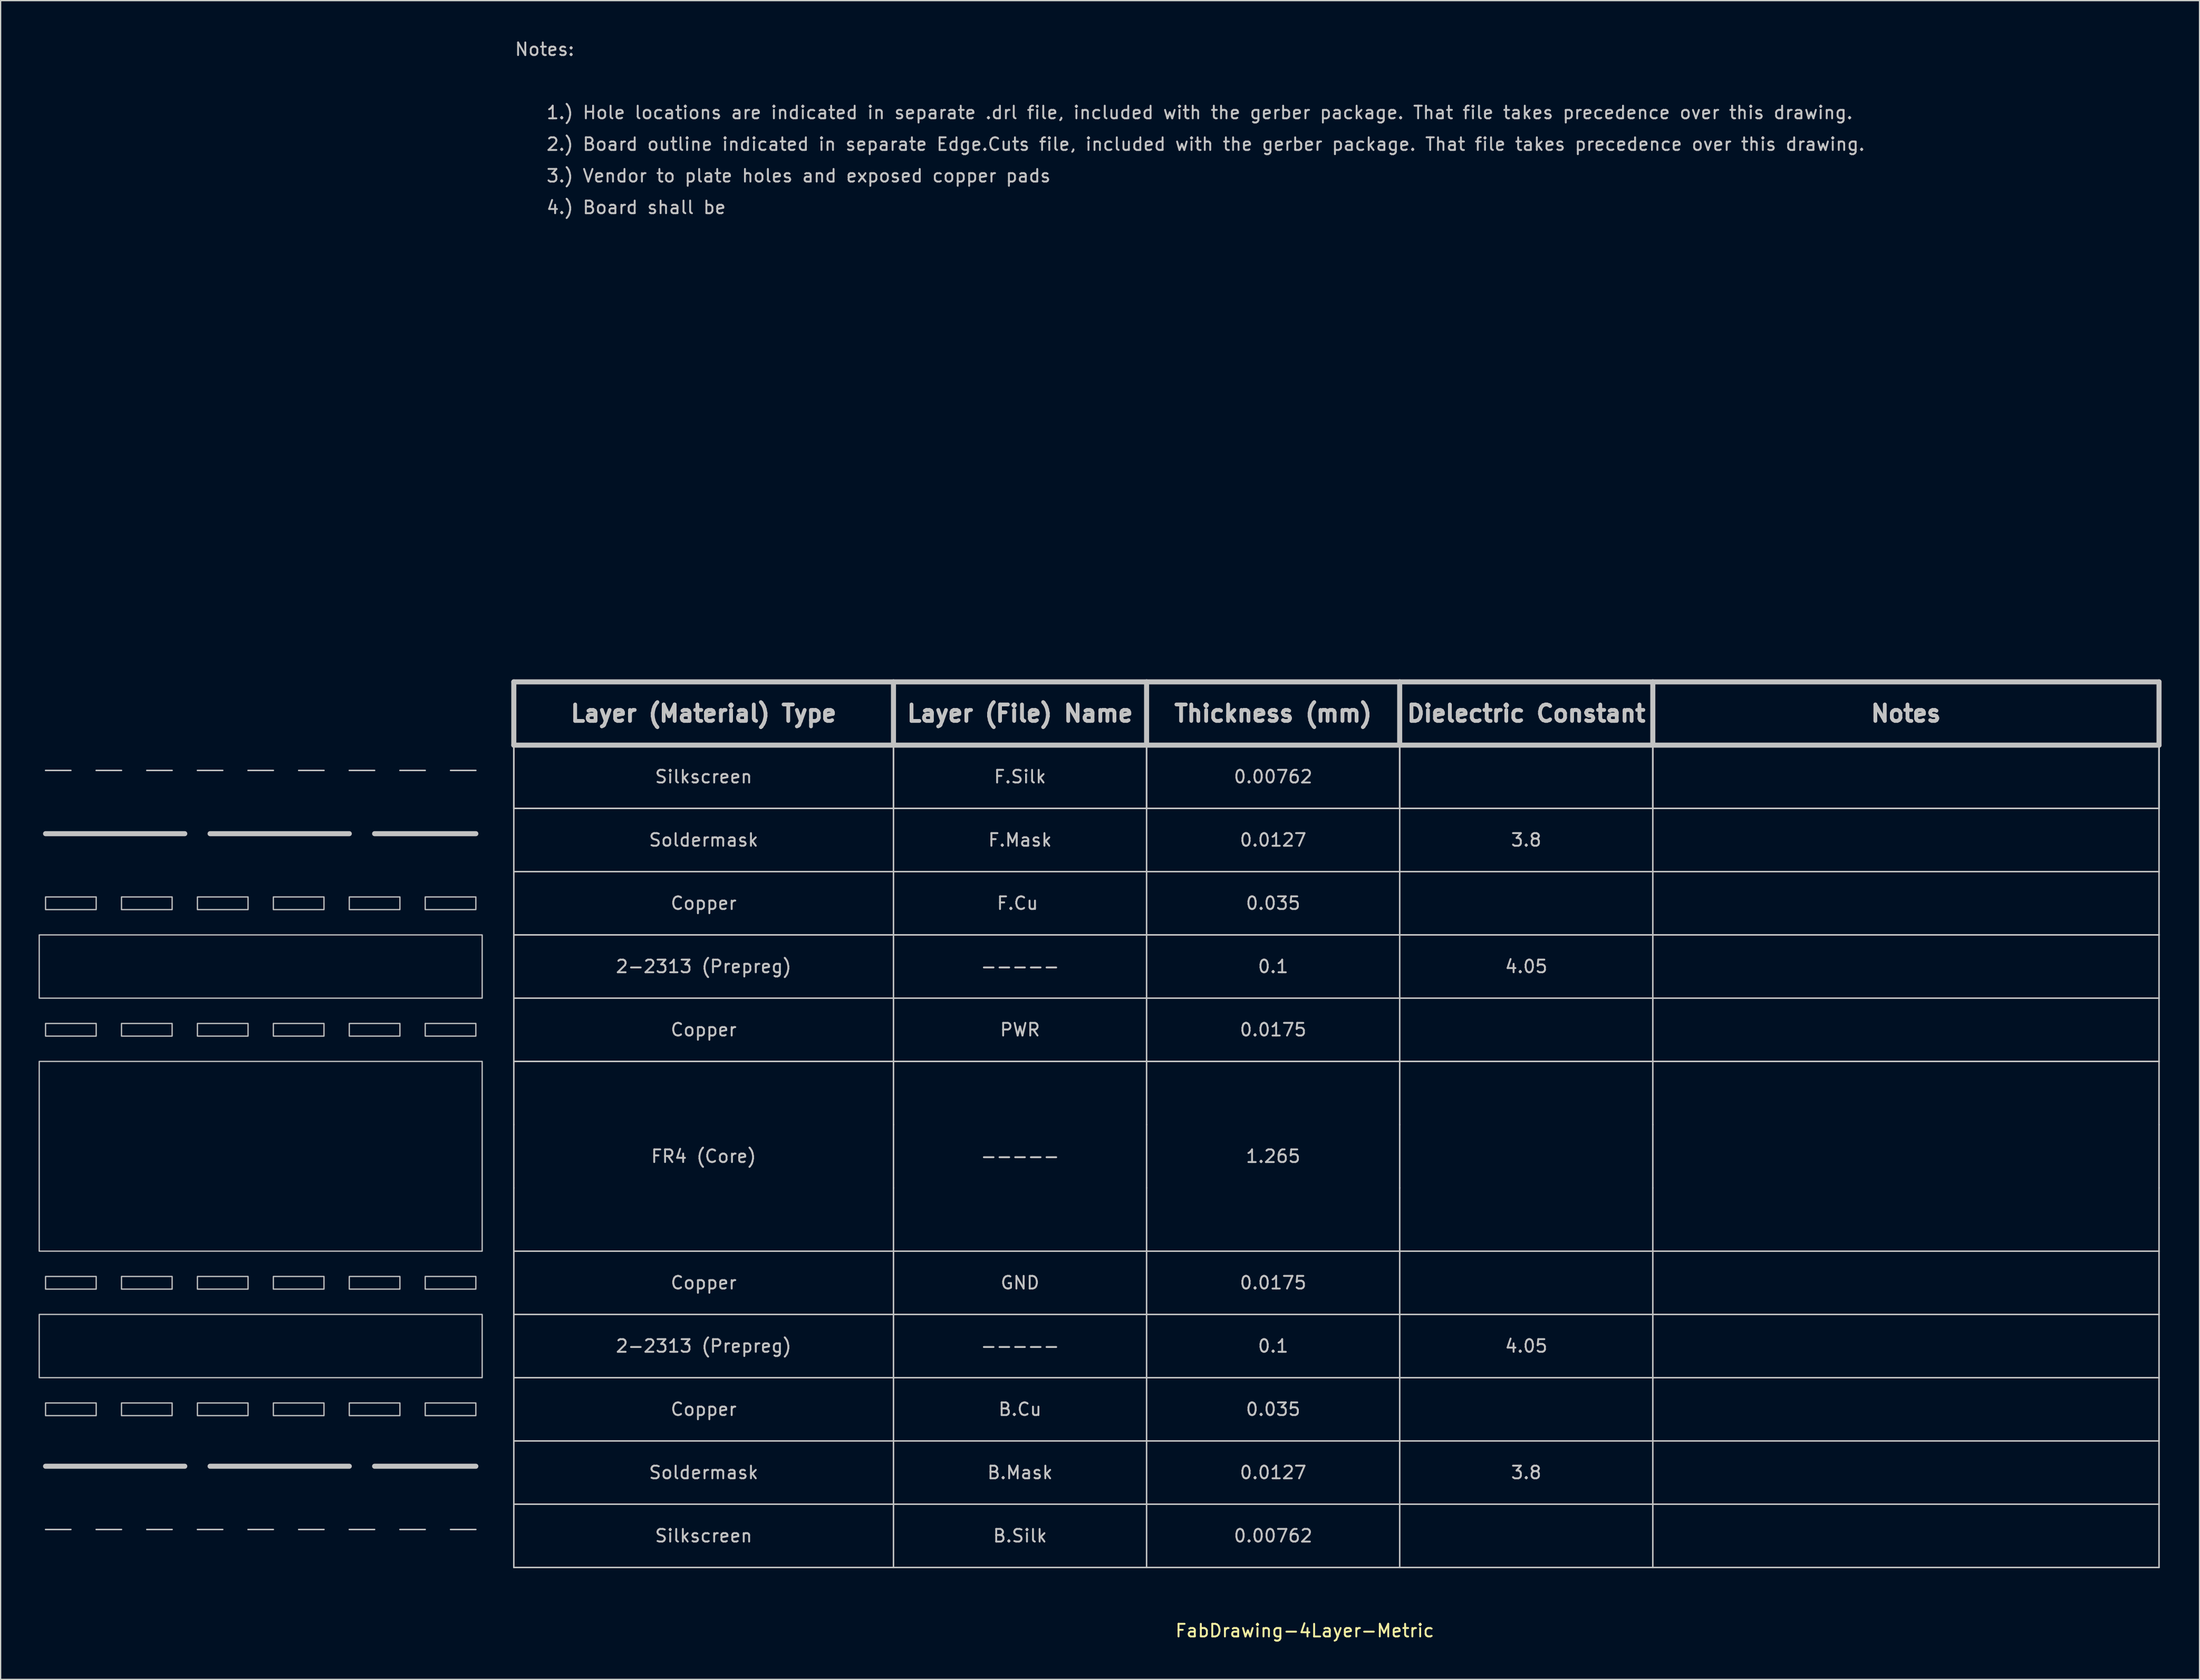
<source format=kicad_pcb>
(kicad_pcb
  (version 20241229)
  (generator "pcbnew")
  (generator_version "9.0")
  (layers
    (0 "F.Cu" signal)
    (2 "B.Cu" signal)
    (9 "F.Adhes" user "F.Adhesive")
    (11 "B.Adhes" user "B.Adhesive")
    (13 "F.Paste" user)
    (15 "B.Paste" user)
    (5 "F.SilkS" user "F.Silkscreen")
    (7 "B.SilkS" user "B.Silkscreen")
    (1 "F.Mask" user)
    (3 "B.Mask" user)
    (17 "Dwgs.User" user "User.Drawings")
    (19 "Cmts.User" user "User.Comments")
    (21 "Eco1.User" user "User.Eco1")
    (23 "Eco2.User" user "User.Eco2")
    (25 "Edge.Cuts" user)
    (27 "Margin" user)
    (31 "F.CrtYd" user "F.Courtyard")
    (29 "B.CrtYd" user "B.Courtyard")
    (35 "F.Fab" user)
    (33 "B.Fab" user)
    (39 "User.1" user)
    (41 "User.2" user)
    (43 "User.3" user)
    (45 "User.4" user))
  (footprint "FabDrawing-4Layer-Metric"
    (layer "F.Cu")
    (at 37.55 55.848)
    (property "Reference" "FabDrawing-4Layer-Metric" (at 62.5 70 0) (layer "F.SilkS") (effects (font (size 1 1) (thickness 0.15))))
    (attr through_hole)
    (fp_line (start -37 7) (end -26 7) (stroke (width 0.4) (type solid)) (layer "Dwgs.User"))
    (fp_line (start -37 57) (end -26 57) (stroke (width 0.4) (type solid)) (layer "Dwgs.User"))
    (fp_line (start -35 2) (end -37 2) (stroke (width 0.12) (type solid)) (layer "Dwgs.User"))
    (fp_line (start -35 62) (end -37 62) (stroke (width 0.12) (type solid)) (layer "Dwgs.User"))
    (fp_line (start -31 2) (end -33 2) (stroke (width 0.12) (type solid)) (layer "Dwgs.User"))
    (fp_line (start -31 62) (end -33 62) (stroke (width 0.12) (type solid)) (layer "Dwgs.User"))
    (fp_line (start -27 2) (end -29 2) (stroke (width 0.12) (type solid)) (layer "Dwgs.User"))
    (fp_line (start -27 62) (end -29 62) (stroke (width 0.12) (type solid)) (layer "Dwgs.User"))
    (fp_line (start -24 7) (end -13 7) (stroke (width 0.4) (type solid)) (layer "Dwgs.User"))
    (fp_line (start -24 57) (end -13 57) (stroke (width 0.4) (type solid)) (layer "Dwgs.User"))
    (fp_line (start -23 2) (end -25 2) (stroke (width 0.12) (type solid)) (layer "Dwgs.User"))
    (fp_line (start -23 62) (end -25 62) (stroke (width 0.12) (type solid)) (layer "Dwgs.User"))
    (fp_line (start -19 2) (end -21 2) (stroke (width 0.12) (type solid)) (layer "Dwgs.User"))
    (fp_line (start -19 62) (end -21 62) (stroke (width 0.12) (type solid)) (layer "Dwgs.User"))
    (fp_line (start -15 2) (end -17 2) (stroke (width 0.12) (type solid)) (layer "Dwgs.User"))
    (fp_line (start -15 62) (end -17 62) (stroke (width 0.12) (type solid)) (layer "Dwgs.User"))
    (fp_line (start -11 2) (end -13 2) (stroke (width 0.12) (type solid)) (layer "Dwgs.User"))
    (fp_line (start -11 7) (end -3 7) (stroke (width 0.4) (type solid)) (layer "Dwgs.User"))
    (fp_line (start -11 57) (end -3 57) (stroke (width 0.4) (type solid)) (layer "Dwgs.User"))
    (fp_line (start -11 62) (end -13 62) (stroke (width 0.12) (type solid)) (layer "Dwgs.User"))
    (fp_line (start -7 2) (end -9 2) (stroke (width 0.12) (type solid)) (layer "Dwgs.User"))
    (fp_line (start -7 62) (end -9 62) (stroke (width 0.12) (type solid)) (layer "Dwgs.User"))
    (fp_line (start -3 2) (end -5 2) (stroke (width 0.12) (type solid)) (layer "Dwgs.User"))
    (fp_line (start -3 62) (end -5 62) (stroke (width 0.12) (type solid)) (layer "Dwgs.User"))
    (fp_line (start 0 -5) (end 30 -5) (stroke (width 0.4) (type solid)) (layer "Dwgs.User"))
    (fp_line (start 0 0) (end 0 -5) (stroke (width 0.4) (type solid)) (layer "Dwgs.User"))
    (fp_line (start 0 0) (end 0 5) (stroke (width 0.12) (type solid)) (layer "Dwgs.User"))
    (fp_line (start 0 0) (end 0 5) (stroke (width 0.12) (type solid)) (layer "Dwgs.User"))
    (fp_line (start 0 0) (end 0 5) (stroke (width 0.12) (type solid)) (layer "Dwgs.User"))
    (fp_line (start 0 0) (end 30 0) (stroke (width 0.12) (type solid)) (layer "Dwgs.User"))
    (fp_line (start 0 0) (end 30 0) (stroke (width 0.12) (type solid)) (layer "Dwgs.User"))
    (fp_line (start 0 0) (end 30 0) (stroke (width 0.12) (type solid)) (layer "Dwgs.User"))
    (fp_line (start 0 5) (end 0 10) (stroke (width 0.12) (type solid)) (layer "Dwgs.User"))
    (fp_line (start 0 5) (end 30 5) (stroke (width 0.12) (type solid)) (layer "Dwgs.User"))
    (fp_line (start 0 5) (end 30 5) (stroke (width 0.12) (type solid)) (layer "Dwgs.User"))
    (fp_line (start 0 5) (end 30 5) (stroke (width 0.12) (type solid)) (layer "Dwgs.User"))
    (fp_line (start 0 10) (end 0 15) (stroke (width 0.12) (type solid)) (layer "Dwgs.User"))
    (fp_line (start 0 10) (end 30 10) (stroke (width 0.12) (type solid)) (layer "Dwgs.User"))
    (fp_line (start 0 15) (end 0 20) (stroke (width 0.12) (type solid)) (layer "Dwgs.User"))
    (fp_line (start 0 15) (end 30 15) (stroke (width 0.12) (type solid)) (layer "Dwgs.User"))
    (fp_line (start 0 15) (end 30 15) (stroke (width 0.12) (type solid)) (layer "Dwgs.User"))
    (fp_line (start 0 15) (end 30 15) (stroke (width 0.12) (type solid)) (layer "Dwgs.User"))
    (fp_line (start 0 20) (end 0 25) (stroke (width 0.12) (type solid)) (layer "Dwgs.User"))
    (fp_line (start 0 20) (end 30 20) (stroke (width 0.12) (type solid)) (layer "Dwgs.User"))
    (fp_line (start 0 25) (end 0 30) (stroke (width 0.12) (type solid)) (layer "Dwgs.User"))
    (fp_line (start 0 25) (end 30 25) (stroke (width 0.12) (type solid)) (layer "Dwgs.User"))
    (fp_line (start 0 25) (end 30 25) (stroke (width 0.12) (type solid)) (layer "Dwgs.User"))
    (fp_line (start 0 30) (end 0 35) (stroke (width 0.12) (type solid)) (layer "Dwgs.User"))
    (fp_line (start 0 35) (end 0 40) (stroke (width 0.12) (type solid)) (layer "Dwgs.User"))
    (fp_line (start 0 40) (end 0 45) (stroke (width 0.12) (type solid)) (layer "Dwgs.User"))
    (fp_line (start 0 40) (end 30 40) (stroke (width 0.12) (type solid)) (layer "Dwgs.User"))
    (fp_line (start 0 45) (end 0 50) (stroke (width 0.12) (type solid)) (layer "Dwgs.User"))
    (fp_line (start 0 45) (end 30 45) (stroke (width 0.12) (type solid)) (layer "Dwgs.User"))
    (fp_line (start 0 50) (end 0 55) (stroke (width 0.12) (type solid)) (layer "Dwgs.User"))
    (fp_line (start 0 50) (end 30 50) (stroke (width 0.12) (type solid)) (layer "Dwgs.User"))
    (fp_line (start 0 55) (end 0 60) (stroke (width 0.12) (type solid)) (layer "Dwgs.User"))
    (fp_line (start 0 55) (end 30 55) (stroke (width 0.12) (type solid)) (layer "Dwgs.User"))
    (fp_line (start 0 60) (end 0 65) (stroke (width 0.12) (type solid)) (layer "Dwgs.User"))
    (fp_line (start 0 60) (end 30 60) (stroke (width 0.12) (type solid)) (layer "Dwgs.User"))
    (fp_line (start 0 65) (end 30 65) (stroke (width 0.12) (type solid)) (layer "Dwgs.User"))
    (fp_line (start 30 -5) (end 30 0) (stroke (width 0.4) (type solid)) (layer "Dwgs.User"))
    (fp_line (start 30 0) (end 0 0) (stroke (width 0.4) (type solid)) (layer "Dwgs.User"))
    (fp_line (start 30 0) (end 30 5) (stroke (width 0.12) (type solid)) (layer "Dwgs.User"))
    (fp_line (start 30 0) (end 30 5) (stroke (width 0.12) (type solid)) (layer "Dwgs.User"))
    (fp_line (start 30 0) (end 30 5) (stroke (width 0.12) (type solid)) (layer "Dwgs.User"))
    (fp_line (start 30 0) (end 50 0) (stroke (width 0.12) (type solid)) (layer "Dwgs.User"))
    (fp_line (start 30 0) (end 50 0) (stroke (width 0.12) (type solid)) (layer "Dwgs.User"))
    (fp_line (start 30 0) (end 50 0) (stroke (width 0.12) (type solid)) (layer "Dwgs.User"))
    (fp_line (start 30 0) (end 50 0) (stroke (width 0.4) (type solid)) (layer "Dwgs.User"))
    (fp_line (start 30 5) (end 30 10) (stroke (width 0.12) (type solid)) (layer "Dwgs.User"))
    (fp_line (start 30 10) (end 30 15) (stroke (width 0.12) (type solid)) (layer "Dwgs.User"))
    (fp_line (start 30 10) (end 50 10) (stroke (width 0.12) (type solid)) (layer "Dwgs.User"))
    (fp_line (start 30 15) (end 30 20) (stroke (width 0.12) (type solid)) (layer "Dwgs.User"))
    (fp_line (start 30 20) (end 30 25) (stroke (width 0.12) (type solid)) (layer "Dwgs.User"))
    (fp_line (start 30 20) (end 50 20) (stroke (width 0.12) (type solid)) (layer "Dwgs.User"))
    (fp_line (start 30 25) (end 50 25) (stroke (width 0.12) (type solid)) (layer "Dwgs.User"))
    (fp_line (start 30 30) (end 30 25) (stroke (width 0.12) (type solid)) (layer "Dwgs.User"))
    (fp_line (start 30 35) (end 30 30) (stroke (width 0.12) (type solid)) (layer "Dwgs.User"))
    (fp_line (start 30 40) (end 30 35) (stroke (width 0.12) (type solid)) (layer "Dwgs.User"))
    (fp_line (start 30 40) (end 30 45) (stroke (width 0.12) (type solid)) (layer "Dwgs.User"))
    (fp_line (start 30 40) (end 50 40) (stroke (width 0.12) (type solid)) (layer "Dwgs.User"))
    (fp_line (start 30 45) (end 50 45) (stroke (width 0.12) (type solid)) (layer "Dwgs.User"))
    (fp_line (start 30 50) (end 30 45) (stroke (width 0.12) (type solid)) (layer "Dwgs.User"))
    (fp_line (start 30 50) (end 50 50) (stroke (width 0.12) (type solid)) (layer "Dwgs.User"))
    (fp_line (start 30 55) (end 30 50) (stroke (width 0.12) (type solid)) (layer "Dwgs.User"))
    (fp_line (start 30 60) (end 30 55) (stroke (width 0.12) (type solid)) (layer "Dwgs.User"))
    (fp_line (start 30 60) (end 50 60) (stroke (width 0.12) (type solid)) (layer "Dwgs.User"))
    (fp_line (start 30 65) (end 30 60) (stroke (width 0.12) (type solid)) (layer "Dwgs.User"))
    (fp_line (start 30 65) (end 50 65) (stroke (width 0.12) (type solid)) (layer "Dwgs.User"))
    (fp_line (start 50 -5) (end 30 -5) (stroke (width 0.4) (type solid)) (layer "Dwgs.User"))
    (fp_line (start 50 -5) (end 70 -5) (stroke (width 0.4) (type solid)) (layer "Dwgs.User"))
    (fp_line (start 50 0) (end 50 -5) (stroke (width 0.4) (type solid)) (layer "Dwgs.User"))
    (fp_line (start 50 0) (end 50 5) (stroke (width 0.12) (type solid)) (layer "Dwgs.User"))
    (fp_line (start 50 0) (end 50 5) (stroke (width 0.12) (type solid)) (layer "Dwgs.User"))
    (fp_line (start 50 0) (end 50 5) (stroke (width 0.12) (type solid)) (layer "Dwgs.User"))
    (fp_line (start 50 5) (end 30 5) (stroke (width 0.12) (type solid)) (layer "Dwgs.User"))
    (fp_line (start 50 5) (end 30 5) (stroke (width 0.12) (type solid)) (layer "Dwgs.User"))
    (fp_line (start 50 5) (end 30 5) (stroke (width 0.12) (type solid)) (layer "Dwgs.User"))
    (fp_line (start 50 5) (end 50 10) (stroke (width 0.12) (type solid)) (layer "Dwgs.User"))
    (fp_line (start 50 5) (end 70 5) (stroke (width 0.12) (type solid)) (layer "Dwgs.User"))
    (fp_line (start 50 5) (end 70 5) (stroke (width 0.12) (type solid)) (layer "Dwgs.User"))
    (fp_line (start 50 5) (end 70 5) (stroke (width 0.12) (type solid)) (layer "Dwgs.User"))
    (fp_line (start 50 10) (end 50 15) (stroke (width 0.12) (type solid)) (layer "Dwgs.User"))
    (fp_line (start 50 15) (end 30 15) (stroke (width 0.12) (type solid)) (layer "Dwgs.User"))
    (fp_line (start 50 15) (end 30 15) (stroke (width 0.12) (type solid)) (layer "Dwgs.User"))
    (fp_line (start 50 15) (end 30 15) (stroke (width 0.12) (type solid)) (layer "Dwgs.User"))
    (fp_line (start 50 15) (end 50 20) (stroke (width 0.12) (type solid)) (layer "Dwgs.User"))
    (fp_line (start 50 15) (end 70 15) (stroke (width 0.12) (type solid)) (layer "Dwgs.User"))
    (fp_line (start 50 15) (end 70 15) (stroke (width 0.12) (type solid)) (layer "Dwgs.User"))
    (fp_line (start 50 15) (end 70 15) (stroke (width 0.12) (type solid)) (layer "Dwgs.User"))
    (fp_line (start 50 20) (end 70 20) (stroke (width 0.12) (type solid)) (layer "Dwgs.User"))
    (fp_line (start 50 25) (end 30 25) (stroke (width 0.12) (type solid)) (layer "Dwgs.User"))
    (fp_line (start 50 25) (end 50 20) (stroke (width 0.12) (type solid)) (layer "Dwgs.User"))
    (fp_line (start 50 25) (end 70 25) (stroke (width 0.12) (type solid)) (layer "Dwgs.User"))
    (fp_line (start 50 25) (end 70 25) (stroke (width 0.12) (type solid)) (layer "Dwgs.User"))
    (fp_line (start 50 30) (end 50 25) (stroke (width 0.12) (type solid)) (layer "Dwgs.User"))
    (fp_line (start 50 35) (end 50 30) (stroke (width 0.12) (type solid)) (layer "Dwgs.User"))
    (fp_line (start 50 35) (end 50 40) (stroke (width 0.12) (type solid)) (layer "Dwgs.User"))
    (fp_line (start 50 40) (end 70 40) (stroke (width 0.12) (type solid)) (layer "Dwgs.User"))
    (fp_line (start 50 45) (end 50 40) (stroke (width 0.12) (type solid)) (layer "Dwgs.User"))
    (fp_line (start 50 45) (end 50 50) (stroke (width 0.12) (type solid)) (layer "Dwgs.User"))
    (fp_line (start 50 45) (end 70 45) (stroke (width 0.12) (type solid)) (layer "Dwgs.User"))
    (fp_line (start 50 50) (end 50 55) (stroke (width 0.12) (type solid)) (layer "Dwgs.User"))
    (fp_line (start 50 50) (end 70 50) (stroke (width 0.12) (type solid)) (layer "Dwgs.User"))
    (fp_line (start 50 55) (end 30 55) (stroke (width 0.12) (type solid)) (layer "Dwgs.User"))
    (fp_line (start 50 60) (end 50 55) (stroke (width 0.12) (type solid)) (layer "Dwgs.User"))
    (fp_line (start 50 60) (end 70 60) (stroke (width 0.12) (type solid)) (layer "Dwgs.User"))
    (fp_line (start 50 65) (end 50 60) (stroke (width 0.12) (type solid)) (layer "Dwgs.User"))
    (fp_line (start 50 65) (end 70 65) (stroke (width 0.12) (type solid)) (layer "Dwgs.User"))
    (fp_line (start 70 -5) (end 70 0) (stroke (width 0.4) (type solid)) (layer "Dwgs.User"))
    (fp_line (start 70 0) (end 50 0) (stroke (width 0.12) (type solid)) (layer "Dwgs.User"))
    (fp_line (start 70 0) (end 50 0) (stroke (width 0.12) (type solid)) (layer "Dwgs.User"))
    (fp_line (start 70 0) (end 50 0) (stroke (width 0.12) (type solid)) (layer "Dwgs.User"))
    (fp_line (start 70 0) (end 50 0) (stroke (width 0.4) (type solid)) (layer "Dwgs.User"))
    (fp_line (start 70 0) (end 70 5) (stroke (width 0.12) (type solid)) (layer "Dwgs.User"))
    (fp_line (start 70 0) (end 70 5) (stroke (width 0.12) (type solid)) (layer "Dwgs.User"))
    (fp_line (start 70 0) (end 70 5) (stroke (width 0.12) (type solid)) (layer "Dwgs.User"))
    (fp_line (start 70 0) (end 90 0) (stroke (width 0.12) (type solid)) (layer "Dwgs.User"))
    (fp_line (start 70 0) (end 90 0) (stroke (width 0.12) (type solid)) (layer "Dwgs.User"))
    (fp_line (start 70 0) (end 90 0) (stroke (width 0.12) (type solid)) (layer "Dwgs.User"))
    (fp_line (start 70 0) (end 90 0) (stroke (width 0.4) (type solid)) (layer "Dwgs.User"))
    (fp_line (start 70 5) (end 70 10) (stroke (width 0.12) (type solid)) (layer "Dwgs.User"))
    (fp_line (start 70 5) (end 90 5) (stroke (width 0.12) (type solid)) (layer "Dwgs.User"))
    (fp_line (start 70 5) (end 90 5) (stroke (width 0.12) (type solid)) (layer "Dwgs.User"))
    (fp_line (start 70 5) (end 90 5) (stroke (width 0.12) (type solid)) (layer "Dwgs.User"))
    (fp_line (start 70 10) (end 50 10) (stroke (width 0.12) (type solid)) (layer "Dwgs.User"))
    (fp_line (start 70 10) (end 70 15) (stroke (width 0.12) (type solid)) (layer "Dwgs.User"))
    (fp_line (start 70 10) (end 90 10) (stroke (width 0.12) (type solid)) (layer "Dwgs.User"))
    (fp_line (start 70 15) (end 70 20) (stroke (width 0.12) (type solid)) (layer "Dwgs.User"))
    (fp_line (start 70 15) (end 90 15) (stroke (width 0.12) (type solid)) (layer "Dwgs.User"))
    (fp_line (start 70 15) (end 90 15) (stroke (width 0.12) (type solid)) (layer "Dwgs.User"))
    (fp_line (start 70 15) (end 90 15) (stroke (width 0.12) (type solid)) (layer "Dwgs.User"))
    (fp_line (start 70 20) (end 90 20) (stroke (width 0.12) (type solid)) (layer "Dwgs.User"))
    (fp_line (start 70 25) (end 70 20) (stroke (width 0.12) (type solid)) (layer "Dwgs.User"))
    (fp_line (start 70 25) (end 90 25) (stroke (width 0.12) (type solid)) (layer "Dwgs.User"))
    (fp_line (start 70 25) (end 90 25) (stroke (width 0.12) (type solid)) (layer "Dwgs.User"))
    (fp_line (start 70 30) (end 70 25) (stroke (width 0.12) (type solid)) (layer "Dwgs.User"))
    (fp_line (start 70 35) (end 70 30) (stroke (width 0.12) (type solid)) (layer "Dwgs.User"))
    (fp_line (start 70 40) (end 70 35) (stroke (width 0.12) (type solid)) (layer "Dwgs.User"))
    (fp_line (start 70 40) (end 90 40) (stroke (width 0.12) (type solid)) (layer "Dwgs.User"))
    (fp_line (start 70 45) (end 70 40) (stroke (width 0.12) (type solid)) (layer "Dwgs.User"))
    (fp_line (start 70 45) (end 90 45) (stroke (width 0.12) (type solid)) (layer "Dwgs.User"))
    (fp_line (start 70 50) (end 70 45) (stroke (width 0.12) (type solid)) (layer "Dwgs.User"))
    (fp_line (start 70 50) (end 70 55) (stroke (width 0.12) (type solid)) (layer "Dwgs.User"))
    (fp_line (start 70 50) (end 90 50) (stroke (width 0.12) (type solid)) (layer "Dwgs.User"))
    (fp_line (start 70 55) (end 50 55) (stroke (width 0.12) (type solid)) (layer "Dwgs.User"))
    (fp_line (start 70 60) (end 70 55) (stroke (width 0.12) (type solid)) (layer "Dwgs.User"))
    (fp_line (start 70 60) (end 90 60) (stroke (width 0.12) (type solid)) (layer "Dwgs.User"))
    (fp_line (start 70 65) (end 70 60) (stroke (width 0.12) (type solid)) (layer "Dwgs.User"))
    (fp_line (start 70 65) (end 90 65) (stroke (width 0.12) (type solid)) (layer "Dwgs.User"))
    (fp_line (start 90 -5) (end 70 -5) (stroke (width 0.4) (type solid)) (layer "Dwgs.User"))
    (fp_line (start 90 0) (end 90 -5) (stroke (width 0.4) (type solid)) (layer "Dwgs.User"))
    (fp_line (start 90 0) (end 90 5) (stroke (width 0.12) (type solid)) (layer "Dwgs.User"))
    (fp_line (start 90 0) (end 90 5) (stroke (width 0.12) (type solid)) (layer "Dwgs.User"))
    (fp_line (start 90 0) (end 90 5) (stroke (width 0.12) (type solid)) (layer "Dwgs.User"))
    (fp_line (start 90 0) (end 130 0) (stroke (width 0.12) (type solid)) (layer "Dwgs.User"))
    (fp_line (start 90 0) (end 130 0) (stroke (width 0.12) (type solid)) (layer "Dwgs.User"))
    (fp_line (start 90 0) (end 130 0) (stroke (width 0.12) (type solid)) (layer "Dwgs.User"))
    (fp_line (start 90 0) (end 130 0) (stroke (width 0.4) (type solid)) (layer "Dwgs.User"))
    (fp_line (start 90 5) (end 90 10) (stroke (width 0.12) (type solid)) (layer "Dwgs.User"))
    (fp_line (start 90 5) (end 130 5) (stroke (width 0.12) (type solid)) (layer "Dwgs.User"))
    (fp_line (start 90 5) (end 130 5) (stroke (width 0.12) (type solid)) (layer "Dwgs.User"))
    (fp_line (start 90 5) (end 130 5) (stroke (width 0.12) (type solid)) (layer "Dwgs.User"))
    (fp_line (start 90 10) (end 90 15) (stroke (width 0.12) (type solid)) (layer "Dwgs.User"))
    (fp_line (start 90 10) (end 130 10) (stroke (width 0.12) (type solid)) (layer "Dwgs.User"))
    (fp_line (start 90 15) (end 90 20) (stroke (width 0.12) (type solid)) (layer "Dwgs.User"))
    (fp_line (start 90 15) (end 130 15) (stroke (width 0.12) (type solid)) (layer "Dwgs.User"))
    (fp_line (start 90 15) (end 130 15) (stroke (width 0.12) (type solid)) (layer "Dwgs.User"))
    (fp_line (start 90 15) (end 130 15) (stroke (width 0.12) (type solid)) (layer "Dwgs.User"))
    (fp_line (start 90 20) (end 130 20) (stroke (width 0.12) (type solid)) (layer "Dwgs.User"))
    (fp_line (start 90 25) (end 90 20) (stroke (width 0.12) (type solid)) (layer "Dwgs.User"))
    (fp_line (start 90 25) (end 130 25) (stroke (width 0.12) (type solid)) (layer "Dwgs.User"))
    (fp_line (start 90 25) (end 130 25) (stroke (width 0.12) (type solid)) (layer "Dwgs.User"))
    (fp_line (start 90 30) (end 90 25) (stroke (width 0.12) (type solid)) (layer "Dwgs.User"))
    (fp_line (start 90 35) (end 90 30) (stroke (width 0.12) (type solid)) (layer "Dwgs.User"))
    (fp_line (start 90 40) (end 90 35) (stroke (width 0.12) (type solid)) (layer "Dwgs.User"))
    (fp_line (start 90 40) (end 90 45) (stroke (width 0.12) (type solid)) (layer "Dwgs.User"))
    (fp_line (start 90 40) (end 130 40) (stroke (width 0.12) (type solid)) (layer "Dwgs.User"))
    (fp_line (start 90 45) (end 130 45) (stroke (width 0.12) (type solid)) (layer "Dwgs.User"))
    (fp_line (start 90 50) (end 90 45) (stroke (width 0.12) (type solid)) (layer "Dwgs.User"))
    (fp_line (start 90 50) (end 90 55) (stroke (width 0.12) (type solid)) (layer "Dwgs.User"))
    (fp_line (start 90 50) (end 130 50) (stroke (width 0.12) (type solid)) (layer "Dwgs.User"))
    (fp_line (start 90 55) (end 70 55) (stroke (width 0.12) (type solid)) (layer "Dwgs.User"))
    (fp_line (start 90 55) (end 130 55) (stroke (width 0.12) (type solid)) (layer "Dwgs.User"))
    (fp_line (start 90 60) (end 90 55) (stroke (width 0.12) (type solid)) (layer "Dwgs.User"))
    (fp_line (start 90 60) (end 130 60) (stroke (width 0.12) (type solid)) (layer "Dwgs.User"))
    (fp_line (start 90 65) (end 90 60) (stroke (width 0.12) (type solid)) (layer "Dwgs.User"))
    (fp_line (start 90 65) (end 130 65) (stroke (width 0.12) (type solid)) (layer "Dwgs.User"))
    (fp_line (start 130 -5) (end 90 -5) (stroke (width 0.4) (type solid)) (layer "Dwgs.User"))
    (fp_line (start 130 0) (end 130 -5) (stroke (width 0.4) (type solid)) (layer "Dwgs.User"))
    (fp_line (start 130 0) (end 130 5) (stroke (width 0.12) (type solid)) (layer "Dwgs.User"))
    (fp_line (start 130 0) (end 130 5) (stroke (width 0.12) (type solid)) (layer "Dwgs.User"))
    (fp_line (start 130 0) (end 130 5) (stroke (width 0.12) (type solid)) (layer "Dwgs.User"))
    (fp_line (start 130 5) (end 130 10) (stroke (width 0.12) (type solid)) (layer "Dwgs.User"))
    (fp_line (start 130 10) (end 130 15) (stroke (width 0.12) (type solid)) (layer "Dwgs.User"))
    (fp_line (start 130 15) (end 130 20) (stroke (width 0.12) (type solid)) (layer "Dwgs.User"))
    (fp_line (start 130 25) (end 130 20) (stroke (width 0.12) (type solid)) (layer "Dwgs.User"))
    (fp_line (start 130 25) (end 130 30) (stroke (width 0.12) (type solid)) (layer "Dwgs.User"))
    (fp_line (start 130 30) (end 130 35) (stroke (width 0.12) (type solid)) (layer "Dwgs.User"))
    (fp_line (start 130 40) (end 130 35) (stroke (width 0.12) (type solid)) (layer "Dwgs.User"))
    (fp_line (start 130 45) (end 130 40) (stroke (width 0.12) (type solid)) (layer "Dwgs.User"))
    (fp_line (start 130 50) (end 130 45) (stroke (width 0.12) (type solid)) (layer "Dwgs.User"))
    (fp_line (start 130 50) (end 130 55) (stroke (width 0.12) (type solid)) (layer "Dwgs.User"))
    (fp_line (start 130 60) (end 130 55) (stroke (width 0.12) (type solid)) (layer "Dwgs.User"))
    (fp_line (start 130 65) (end 130 60) (stroke (width 0.12) (type solid)) (layer "Dwgs.User"))
    (fp_poly (pts (xy -33 13) (xy -37 13) (xy -37 12) (xy -33 12)) (stroke (width 0.1) (type solid)) (fill no) (layer "Dwgs.User"))
    (fp_poly (pts (xy -33 23) (xy -37 23) (xy -37 22) (xy -33 22)) (stroke (width 0.1) (type solid)) (fill no) (layer "Dwgs.User"))
    (fp_poly (pts (xy -33 43) (xy -37 43) (xy -37 42) (xy -33 42)) (stroke (width 0.1) (type solid)) (fill no) (layer "Dwgs.User"))
    (fp_poly (pts (xy -33 53) (xy -37 53) (xy -37 52) (xy -33 52)) (stroke (width 0.1) (type solid)) (fill no) (layer "Dwgs.User"))
    (fp_poly (pts (xy -27 13) (xy -31 13) (xy -31 12) (xy -27 12)) (stroke (width 0.1) (type solid)) (fill no) (layer "Dwgs.User"))
    (fp_poly (pts (xy -27 23) (xy -31 23) (xy -31 22) (xy -27 22)) (stroke (width 0.1) (type solid)) (fill no) (layer "Dwgs.User"))
    (fp_poly (pts (xy -27 43) (xy -31 43) (xy -31 42) (xy -27 42)) (stroke (width 0.1) (type solid)) (fill no) (layer "Dwgs.User"))
    (fp_poly (pts (xy -27 53) (xy -31 53) (xy -31 52) (xy -27 52)) (stroke (width 0.1) (type solid)) (fill no) (layer "Dwgs.User"))
    (fp_poly (pts (xy -21 13) (xy -25 13) (xy -25 12) (xy -21 12)) (stroke (width 0.1) (type solid)) (fill no) (layer "Dwgs.User"))
    (fp_poly (pts (xy -21 23) (xy -25 23) (xy -25 22) (xy -21 22)) (stroke (width 0.1) (type solid)) (fill no) (layer "Dwgs.User"))
    (fp_poly (pts (xy -21 43) (xy -25 43) (xy -25 42) (xy -21 42)) (stroke (width 0.1) (type solid)) (fill no) (layer "Dwgs.User"))
    (fp_poly (pts (xy -21 53) (xy -25 53) (xy -25 52) (xy -21 52)) (stroke (width 0.1) (type solid)) (fill no) (layer "Dwgs.User"))
    (fp_poly (pts (xy -15 13) (xy -19 13) (xy -19 12) (xy -15 12)) (stroke (width 0.1) (type solid)) (fill no) (layer "Dwgs.User"))
    (fp_poly (pts (xy -15 23) (xy -19 23) (xy -19 22) (xy -15 22)) (stroke (width 0.1) (type solid)) (fill no) (layer "Dwgs.User"))
    (fp_poly (pts (xy -15 43) (xy -19 43) (xy -19 42) (xy -15 42)) (stroke (width 0.1) (type solid)) (fill no) (layer "Dwgs.User"))
    (fp_poly (pts (xy -15 53) (xy -19 53) (xy -19 52) (xy -15 52)) (stroke (width 0.1) (type solid)) (fill no) (layer "Dwgs.User"))
    (fp_poly (pts (xy -9 13) (xy -13 13) (xy -13 12) (xy -9 12)) (stroke (width 0.1) (type solid)) (fill no) (layer "Dwgs.User"))
    (fp_poly (pts (xy -9 23) (xy -13 23) (xy -13 22) (xy -9 22)) (stroke (width 0.1) (type solid)) (fill no) (layer "Dwgs.User"))
    (fp_poly (pts (xy -9 43) (xy -13 43) (xy -13 42) (xy -9 42)) (stroke (width 0.1) (type solid)) (fill no) (layer "Dwgs.User"))
    (fp_poly (pts (xy -9 53) (xy -13 53) (xy -13 52) (xy -9 52)) (stroke (width 0.1) (type solid)) (fill no) (layer "Dwgs.User"))
    (fp_poly (pts (xy -3 13) (xy -7 13) (xy -7 12) (xy -3 12)) (stroke (width 0.1) (type solid)) (fill no) (layer "Dwgs.User"))
    (fp_poly (pts (xy -3 23) (xy -7 23) (xy -7 22) (xy -3 22)) (stroke (width 0.1) (type solid)) (fill no) (layer "Dwgs.User"))
    (fp_poly (pts (xy -3 43) (xy -7 43) (xy -7 42) (xy -3 42)) (stroke (width 0.1) (type solid)) (fill no) (layer "Dwgs.User"))
    (fp_poly (pts (xy -3 53) (xy -7 53) (xy -7 52) (xy -3 52)) (stroke (width 0.1) (type solid)) (fill no) (layer "Dwgs.User"))
    (fp_poly (pts (xy -2.5 20) (xy -37.5 20) (xy -37.5 15) (xy -2.5 15)) (stroke (width 0.1) (type solid)) (fill no) (layer "Dwgs.User"))
    (fp_poly (pts (xy -2.5 40) (xy -37.5 40) (xy -37.5 25) (xy -2.5 25)) (stroke (width 0.1) (type solid)) (fill no) (layer "Dwgs.User"))
    (fp_poly (pts (xy -2.5 50) (xy -37.5 50) (xy -37.5 45) (xy -2.5 45)) (stroke (width 0.1) (type solid)) (fill no) (layer "Dwgs.User"))
    (fp_text user "Notes:" (at 0 -55 0) (layer "Dwgs.User") (effects (font (size 1 1) (thickness 0.15)) (justify left)))
    (fp_text user "0.0175" (at 60 42.5 0) (layer "Dwgs.User") (effects (font (size 1 1) (thickness 0.15))))
    (fp_text user "-----" (at 40 47.5 0) (layer "Dwgs.User") (effects (font (size 1 1) (thickness 0.15))))
    (fp_text user "Copper" (at 15 22.5 0) (layer "Dwgs.User") (effects (font (size 1 1) (thickness 0.15))))
    (fp_text user "Copper" (at 15 12.5 0) (layer "Dwgs.User") (effects (font (size 1 1) (thickness 0.15))))
    (fp_text user "Copper" (at 15 52.5 0) (layer "Dwgs.User") (effects (font (size 1 1) (thickness 0.15))))
    (fp_text user "F.Silk" (at 40 2.5 0) (layer "Dwgs.User") (effects (font (size 1 1) (thickness 0.15))))
    (fp_text user "FR4 (Core)" (at 15 32.5 0) (layer "Dwgs.User") (effects (font (size 1 1) (thickness 0.15))))
    (fp_text user "Silkscreen" (at 15 2.5 0) (layer "Dwgs.User") (effects (font (size 1 1) (thickness 0.15))))
    (fp_text user "Layer (File) Name" (at 40 -2.5 0) (layer "Dwgs.User") (effects (font (size 1.3 1.3) (thickness 0.3))))
    (fp_text user "3.8" (at 80 7.5 0) (layer "Dwgs.User") (effects (font (size 1 1) (thickness 0.15))))
    (fp_text user "Thickness (mm)" (at 60 -2.5 0) (layer "Dwgs.User") (effects (font (size 1.3 1.3) (thickness 0.3))))
    (fp_text user "GND" (at 40 42.5 0) (layer "Dwgs.User") (effects (font (size 1 1) (thickness 0.15))))
    (fp_text user "0.1" (at 60 47.5 0) (layer "Dwgs.User") (effects (font (size 1 1) (thickness 0.15))))
    (fp_text user "0.0127" (at 60 57.5 0) (layer "Dwgs.User") (effects (font (size 1 1) (thickness 0.15))))
    (fp_text user "2.) Board outline indicated in separate Edge.Cuts file, included with the gerber package. That file takes precedence over this drawing." (at 2.5 -47.5 0) (layer "Dwgs.User") (effects (font (size 1 1) (thickness 0.15)) (justify left)))
    (fp_text user "Layer (Material) Type" (at 15 -2.5 0) (layer "Dwgs.User") (effects (font (size 1.3 1.3) (thickness 0.3))))
    (fp_text user "Copper" (at 15 42.5 0) (layer "Dwgs.User") (effects (font (size 1 1) (thickness 0.15))))
    (fp_text user "PWR" (at 40 22.5 0) (layer "Dwgs.User") (effects (font (size 1 1) (thickness 0.15))))
    (fp_text user "-----" (at 40 32.5 0) (layer "Dwgs.User") (effects (font (size 1 1) (thickness 0.15))))
    (fp_text user "F.Mask" (at 40 7.5 0) (layer "Dwgs.User") (effects (font (size 1 1) (thickness 0.15))))
    (fp_text user "3.8" (at 80 57.5 0) (layer "Dwgs.User") (effects (font (size 1 1) (thickness 0.15))))
    (fp_text user "0.035" (at 60 12.5 0) (layer "Dwgs.User") (effects (font (size 1 1) (thickness 0.15))))
    (fp_text user "0.0175" (at 60 22.5 0) (layer "Dwgs.User") (effects (font (size 1 1) (thickness 0.15))))
    (fp_text user "4.05" (at 80 47.5 0) (layer "Dwgs.User") (effects (font (size 1 1) (thickness 0.15))))
    (fp_text user "1.) Hole locations are indicated in separate .drl file, included with the gerber package. That file takes precedence over this drawing." (at 2.5 -50 0) (layer "Dwgs.User") (effects (font (size 1 1) (thickness 0.15)) (justify left)))
    (fp_text user "Soldermask" (at 15 7.5 0) (layer "Dwgs.User") (effects (font (size 1 1) (thickness 0.15))))
    (fp_text user "-----" (at 40 17.5 0) (layer "Dwgs.User") (effects (font (size 1 1) (thickness 0.15))))
    (fp_text user "B.Mask" (at 40 57.5 0) (layer "Dwgs.User") (effects (font (size 1 1) (thickness 0.15))))
    (fp_text user "Silkscreen" (at 15 62.5 0) (layer "Dwgs.User") (effects (font (size 1 1) (thickness 0.15))))
    (fp_text user "F.Cu" (at 39.8 12.5 0) (layer "Dwgs.User") (effects (font (size 1 1) (thickness 0.15))))
    (fp_text user "4.05" (at 80 17.5 0) (layer "Dwgs.User") (effects (font (size 1 1) (thickness 0.15))))
    (fp_text user "B.Silk" (at 40 62.5 0) (layer "Dwgs.User") (effects (font (size 1 1) (thickness 0.15))))
    (fp_text user "3.) Vendor to plate holes and exposed copper pads" (at 2.5 -45 0) (layer "Dwgs.User") (effects (font (size 1 1) (thickness 0.15)) (justify left)))
    (fp_text user "2-2313 (Prepreg)" (at 15 47.5 0) (layer "Dwgs.User") (effects (font (size 1 1) (thickness 0.15))))
    (fp_text user "1.265" (at 60 32.5 0) (layer "Dwgs.User") (effects (font (size 1 1) (thickness 0.15))))
    (fp_text user "Soldermask" (at 15 57.5 0) (layer "Dwgs.User") (effects (font (size 1 1) (thickness 0.15))))
    (fp_text user "0.035" (at 60 52.5 0) (layer "Dwgs.User") (effects (font (size 1 1) (thickness 0.15))))
    (fp_text user "B.Cu" (at 40 52.5 0) (layer "Dwgs.User") (effects (font (size 1 1) (thickness 0.15))))
    (fp_text user "0.00762" (at 60 2.5 0) (layer "Dwgs.User") (effects (font (size 1 1) (thickness 0.15))))
    (fp_text user "0.00762" (at 60 62.5 0) (layer "Dwgs.User") (effects (font (size 1 1) (thickness 0.15))))
    (fp_text user "0.0127" (at 60 7.5 0) (layer "Dwgs.User") (effects (font (size 1 1) (thickness 0.15))))
    (fp_text user "Notes" (at 110 -2.5 0) (layer "Dwgs.User") (effects (font (size 1.3 1.3) (thickness 0.3))))
    (fp_text user "0.1" (at 60 17.5 0) (layer "Dwgs.User") (effects (font (size 1 1) (thickness 0.15))))
    (fp_text user "Dielectric Constant" (at 80 -2.5 0) (layer "Dwgs.User") (effects (font (size 1.3 1.3) (thickness 0.3))))
    (fp_text user "4.) Board shall be " (at 2.5 -42.5 0) (layer "Dwgs.User") (effects (font (size 1 1) (thickness 0.15)) (justify left)))
    (fp_text user "2-2313 (Prepreg)" (at 15 17.5 0) (layer "Dwgs.User") (effects (font (size 1 1) (thickness 0.15)))))
  (gr_rect
    (start -3 -3)
    (end 170.75 129.696)
    (stroke (width 0.1) (type default))
    (fill no)
    (layer "Edge.Cuts")))
</source>
